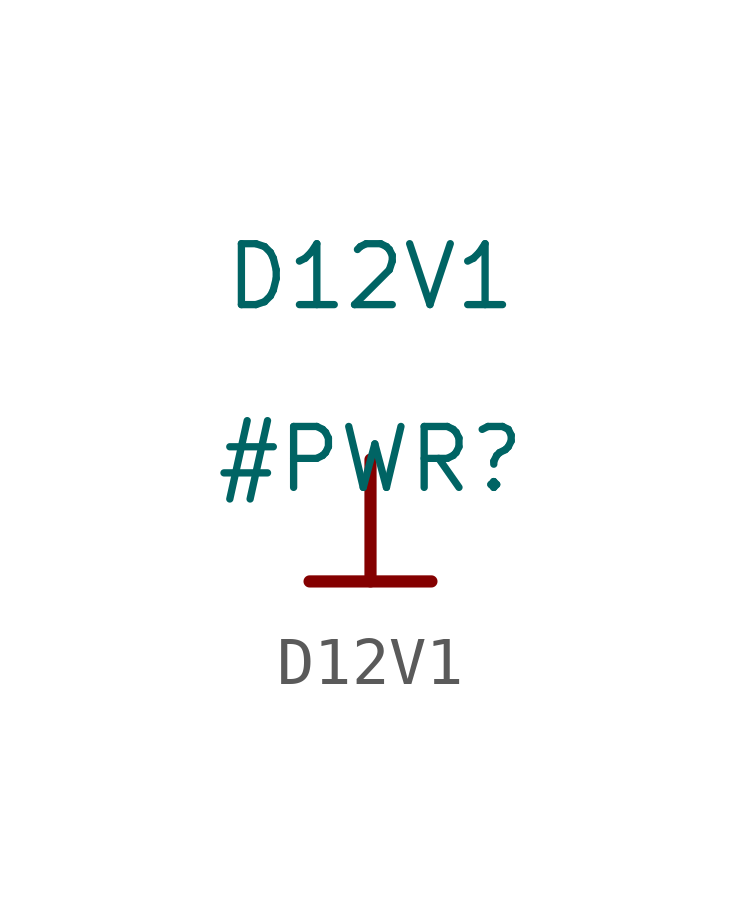
<source format=kicad_sym>
(kicad_symbol_lib
  (version 20220914)
  (generator kicad_symbol_editor)
  (symbol "D12V1"
    (power)
    (property "Reference" "#PWR"
      (at 0 0 0)
      (effects (font (size 1.27 1.27))))
    (property "Value" "D12V1"
      (at 0 3.81 0)
      (effects (font (size 1.27 1.27))))
    (symbol "D12V1_0_0"
      (polyline (pts (xy -1.27 -2.54) (xy 1.27 -2.54)) (stroke (width 0.254) (type solid)) (fill (type none)))
      (polyline (pts (xy 0 0) (xy 0 -2.54)) (stroke (width 0.254) (type solid)) (fill (type none)))
      (pin power_in line (at 0 0 0) (length 0) hide (name "D12V1" (effects (font (size 1.27 1.27)))) (number "" (effects (font (size 1.27 1.27))))))))
</source>
